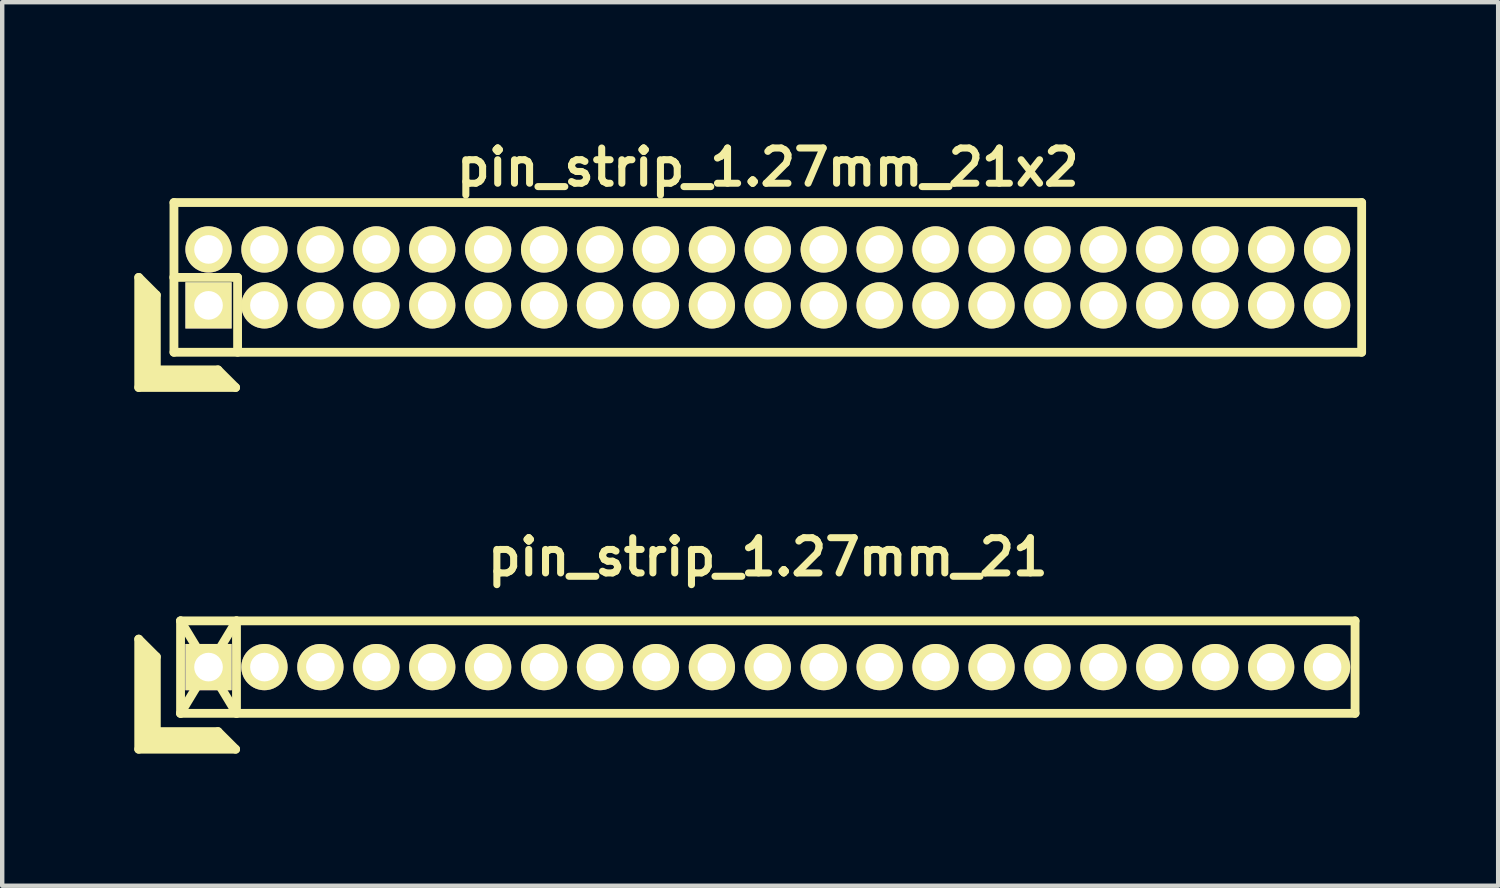
<source format=kicad_pcb>
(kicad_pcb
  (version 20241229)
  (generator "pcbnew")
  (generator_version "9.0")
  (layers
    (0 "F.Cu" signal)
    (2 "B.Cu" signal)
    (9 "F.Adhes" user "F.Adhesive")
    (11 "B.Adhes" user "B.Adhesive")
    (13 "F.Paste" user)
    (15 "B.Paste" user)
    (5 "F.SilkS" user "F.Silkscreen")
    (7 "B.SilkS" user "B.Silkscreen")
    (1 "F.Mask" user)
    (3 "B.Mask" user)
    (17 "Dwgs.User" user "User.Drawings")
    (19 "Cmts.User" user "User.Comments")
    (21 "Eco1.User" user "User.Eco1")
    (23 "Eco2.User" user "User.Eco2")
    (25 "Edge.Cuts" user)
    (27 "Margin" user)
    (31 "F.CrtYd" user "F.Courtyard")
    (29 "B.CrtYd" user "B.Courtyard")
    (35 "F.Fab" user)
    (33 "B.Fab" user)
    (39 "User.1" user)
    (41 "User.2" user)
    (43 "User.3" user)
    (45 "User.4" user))
  (footprint "pin_strip_1.27mm_21"
    (layer "F.Cu")
    (at 14.385 12.098)
    (property "Reference" "pin_strip_1.27mm_21" (at 0 -2.5 0) (layer "F.SilkS") (effects (font (size 0.8 0.8) (thickness 0.16))))
    (attr through_hole)
    (fp_line (start -14.285 -0.635) (end -14.285 1.865) (stroke (width 0.2) (type solid)) (layer "F.SilkS"))
    (fp_line (start -14.285 -0.635) (end -13.885 -0.235) (stroke (width 0.2) (type solid)) (layer "F.SilkS"))
    (fp_line (start -14.285 1.865) (end -12.085 1.865) (stroke (width 0.2) (type solid)) (layer "F.SilkS"))
    (fp_line (start -14.185 1.765) (end -14.185 -0.435) (stroke (width 0.2) (type solid)) (layer "F.SilkS"))
    (fp_line (start -14.185 1.765) (end -12.285 1.765) (stroke (width 0.2) (type solid)) (layer "F.SilkS"))
    (fp_line (start -14.085 1.665) (end -14.085 -0.335) (stroke (width 0.2) (type solid)) (layer "F.SilkS"))
    (fp_line (start -14.085 1.665) (end -12.385 1.665) (stroke (width 0.2) (type solid)) (layer "F.SilkS"))
    (fp_line (start -13.985 1.565) (end -13.985 -0.235) (stroke (width 0.2) (type solid)) (layer "F.SilkS"))
    (fp_line (start -13.985 1.565) (end -12.485 1.565) (stroke (width 0.2) (type solid)) (layer "F.SilkS"))
    (fp_line (start -13.885 1.465) (end -13.885 -0.235) (stroke (width 0.2) (type solid)) (layer "F.SilkS"))
    (fp_line (start -13.885 1.465) (end -12.485 1.465) (stroke (width 0.2) (type solid)) (layer "F.SilkS"))
    (fp_line (start -13.335 -1.05) (end -12.065 1.05) (stroke (width 0.2) (type solid)) (layer "F.SilkS"))
    (fp_line (start -13.335 -1.05) (end 13.335 -1.05) (stroke (width 0.2) (type solid)) (layer "F.SilkS"))
    (fp_line (start -13.335 1.05) (end -13.335 -1.05) (stroke (width 0.2) (type solid)) (layer "F.SilkS"))
    (fp_line (start -13.335 1.05) (end -12.065 -1.05) (stroke (width 0.2) (type solid)) (layer "F.SilkS"))
    (fp_line (start -12.485 1.465) (end -12.085 1.865) (stroke (width 0.2) (type solid)) (layer "F.SilkS"))
    (fp_line (start -12.065 -1.05) (end -12.065 1.05) (stroke (width 0.2) (type solid)) (layer "F.SilkS"))
    (fp_line (start 13.335 -1.05) (end 13.335 1.05) (stroke (width 0.2) (type solid)) (layer "F.SilkS"))
    (fp_line (start 13.335 1.05) (end -13.335 1.05) (stroke (width 0.2) (type solid)) (layer "F.SilkS"))
    (pad "1" thru_hole rect (at -12.7 0) (size 1.05 1.05) (drill 0.65) (layers "*.Cu" "*.Mask" "F.SilkS"))
    (pad "2" thru_hole oval (at -11.43 0) (size 1.05 1.05) (drill 0.65) (layers "*.Cu" "*.Mask" "F.SilkS"))
    (pad "3" thru_hole oval (at -10.16 0) (size 1.05 1.05) (drill 0.65) (layers "*.Cu" "*.Mask" "F.SilkS"))
    (pad "4" thru_hole oval (at -8.89 0) (size 1.05 1.05) (drill 0.65) (layers "*.Cu" "*.Mask" "F.SilkS"))
    (pad "5" thru_hole oval (at -7.62 0) (size 1.05 1.05) (drill 0.65) (layers "*.Cu" "*.Mask" "F.SilkS"))
    (pad "6" thru_hole oval (at -6.35 0) (size 1.05 1.05) (drill 0.65) (layers "*.Cu" "*.Mask" "F.SilkS"))
    (pad "7" thru_hole oval (at -5.08 0) (size 1.05 1.05) (drill 0.65) (layers "*.Cu" "*.Mask" "F.SilkS"))
    (pad "8" thru_hole oval (at -3.81 0) (size 1.05 1.05) (drill 0.65) (layers "*.Cu" "*.Mask" "F.SilkS"))
    (pad "9" thru_hole oval (at -2.54 0) (size 1.05 1.05) (drill 0.65) (layers "*.Cu" "*.Mask" "F.SilkS"))
    (pad "10" thru_hole oval (at -1.27 0) (size 1.05 1.05) (drill 0.65) (layers "*.Cu" "*.Mask" "F.SilkS"))
    (pad "11" thru_hole oval (at 0 0) (size 1.05 1.05) (drill 0.65) (layers "*.Cu" "*.Mask" "F.SilkS"))
    (pad "12" thru_hole oval (at 1.27 0) (size 1.05 1.05) (drill 0.65) (layers "*.Cu" "*.Mask" "F.SilkS"))
    (pad "13" thru_hole oval (at 2.54 0) (size 1.05 1.05) (drill 0.65) (layers "*.Cu" "*.Mask" "F.SilkS"))
    (pad "14" thru_hole oval (at 3.81 0) (size 1.05 1.05) (drill 0.65) (layers "*.Cu" "*.Mask" "F.SilkS"))
    (pad "15" thru_hole oval (at 5.08 0) (size 1.05 1.05) (drill 0.65) (layers "*.Cu" "*.Mask" "F.SilkS"))
    (pad "16" thru_hole oval (at 6.35 0) (size 1.05 1.05) (drill 0.65) (layers "*.Cu" "*.Mask" "F.SilkS"))
    (pad "17" thru_hole oval (at 7.62 0) (size 1.05 1.05) (drill 0.65) (layers "*.Cu" "*.Mask" "F.SilkS"))
    (pad "18" thru_hole oval (at 8.89 0) (size 1.05 1.05) (drill 0.65) (layers "*.Cu" "*.Mask" "F.SilkS"))
    (pad "19" thru_hole oval (at 10.16 0) (size 1.05 1.05) (drill 0.65) (layers "*.Cu" "*.Mask" "F.SilkS"))
    (pad "20" thru_hole oval (at 11.43 0) (size 1.05 1.05) (drill 0.65) (layers "*.Cu" "*.Mask" "F.SilkS"))
    (pad "21" thru_hole oval (at 12.7 0) (size 1.05 1.05) (drill 0.65) (layers "*.Cu" "*.Mask" "F.SilkS")))
  (footprint "pin_strip_1.27mm_21x2"
    (layer "F.Cu")
    (at 14.385 3.249)
    (property "Reference" "pin_strip_1.27mm_21x2" (at 0 -2.5 0) (layer "F.SilkS") (effects (font (size 0.8 0.8) (thickness 0.16))))
    (attr through_hole)
    (fp_line (start -14.285 0) (end -14.285 2.5) (stroke (width 0.2) (type solid)) (layer "F.SilkS"))
    (fp_line (start -14.285 0) (end -13.885 0.4) (stroke (width 0.2) (type solid)) (layer "F.SilkS"))
    (fp_line (start -14.285 2.5) (end -12.085 2.5) (stroke (width 0.2) (type solid)) (layer "F.SilkS"))
    (fp_line (start -14.185 2.4) (end -14.185 0.2) (stroke (width 0.2) (type solid)) (layer "F.SilkS"))
    (fp_line (start -14.185 2.4) (end -12.285 2.4) (stroke (width 0.2) (type solid)) (layer "F.SilkS"))
    (fp_line (start -14.085 2.3) (end -14.085 0.3) (stroke (width 0.2) (type solid)) (layer "F.SilkS"))
    (fp_line (start -14.085 2.3) (end -12.385 2.3) (stroke (width 0.2) (type solid)) (layer "F.SilkS"))
    (fp_line (start -13.985 2.2) (end -13.985 0.4) (stroke (width 0.2) (type solid)) (layer "F.SilkS"))
    (fp_line (start -13.985 2.2) (end -12.485 2.2) (stroke (width 0.2) (type solid)) (layer "F.SilkS"))
    (fp_line (start -13.885 2.1) (end -13.885 0.4) (stroke (width 0.2) (type solid)) (layer "F.SilkS"))
    (fp_line (start -13.885 2.1) (end -12.485 2.1) (stroke (width 0.2) (type solid)) (layer "F.SilkS"))
    (fp_line (start -13.49 0) (end -12.04 0) (stroke (width 0.2) (type solid)) (layer "F.SilkS"))
    (fp_line (start -13.485 -1.7) (end 13.485 -1.7) (stroke (width 0.2) (type solid)) (layer "F.SilkS"))
    (fp_line (start -13.485 1.7) (end -13.485 -1.7) (stroke (width 0.2) (type solid)) (layer "F.SilkS"))
    (fp_line (start -12.485 2.1) (end -12.085 2.5) (stroke (width 0.2) (type solid)) (layer "F.SilkS"))
    (fp_line (start -12.04 0) (end -12.04 1.7) (stroke (width 0.2) (type solid)) (layer "F.SilkS"))
    (fp_line (start 13.485 -1.7) (end 13.485 1.7) (stroke (width 0.2) (type solid)) (layer "F.SilkS"))
    (fp_line (start 13.485 1.7) (end -13.485 1.7) (stroke (width 0.2) (type solid)) (layer "F.SilkS"))
    (pad "1" thru_hole rect (at -12.7 0.635) (size 1.05 1.05) (drill 0.65) (layers "*.Cu" "*.Mask" "F.SilkS"))
    (pad "2" thru_hole oval (at -12.7 -0.635) (size 1.05 1.05) (drill 0.65) (layers "*.Cu" "*.Mask" "F.SilkS"))
    (pad "3" thru_hole oval (at -11.43 0.635) (size 1.05 1.05) (drill 0.65) (layers "*.Cu" "*.Mask" "F.SilkS"))
    (pad "4" thru_hole oval (at -11.43 -0.635) (size 1.05 1.05) (drill 0.65) (layers "*.Cu" "*.Mask" "F.SilkS"))
    (pad "5" thru_hole oval (at -10.16 0.635) (size 1.05 1.05) (drill 0.65) (layers "*.Cu" "*.Mask" "F.SilkS"))
    (pad "6" thru_hole oval (at -10.16 -0.635) (size 1.05 1.05) (drill 0.65) (layers "*.Cu" "*.Mask" "F.SilkS"))
    (pad "7" thru_hole oval (at -8.89 0.635) (size 1.05 1.05) (drill 0.65) (layers "*.Cu" "*.Mask" "F.SilkS"))
    (pad "8" thru_hole oval (at -8.89 -0.635) (size 1.05 1.05) (drill 0.65) (layers "*.Cu" "*.Mask" "F.SilkS"))
    (pad "9" thru_hole oval (at -7.62 0.635) (size 1.05 1.05) (drill 0.65) (layers "*.Cu" "*.Mask" "F.SilkS"))
    (pad "10" thru_hole oval (at -7.62 -0.635) (size 1.05 1.05) (drill 0.65) (layers "*.Cu" "*.Mask" "F.SilkS"))
    (pad "11" thru_hole oval (at -6.35 0.635) (size 1.05 1.05) (drill 0.65) (layers "*.Cu" "*.Mask" "F.SilkS"))
    (pad "12" thru_hole oval (at -6.35 -0.635) (size 1.05 1.05) (drill 0.65) (layers "*.Cu" "*.Mask" "F.SilkS"))
    (pad "13" thru_hole oval (at -5.08 0.635) (size 1.05 1.05) (drill 0.65) (layers "*.Cu" "*.Mask" "F.SilkS"))
    (pad "14" thru_hole oval (at -5.08 -0.635) (size 1.05 1.05) (drill 0.65) (layers "*.Cu" "*.Mask" "F.SilkS"))
    (pad "15" thru_hole oval (at -3.81 0.635) (size 1.05 1.05) (drill 0.65) (layers "*.Cu" "*.Mask" "F.SilkS"))
    (pad "16" thru_hole oval (at -3.81 -0.635) (size 1.05 1.05) (drill 0.65) (layers "*.Cu" "*.Mask" "F.SilkS"))
    (pad "17" thru_hole oval (at -2.54 0.635) (size 1.05 1.05) (drill 0.65) (layers "*.Cu" "*.Mask" "F.SilkS"))
    (pad "18" thru_hole oval (at -2.54 -0.635) (size 1.05 1.05) (drill 0.65) (layers "*.Cu" "*.Mask" "F.SilkS"))
    (pad "19" thru_hole oval (at -1.27 0.635) (size 1.05 1.05) (drill 0.65) (layers "*.Cu" "*.Mask" "F.SilkS"))
    (pad "20" thru_hole oval (at -1.27 -0.635) (size 1.05 1.05) (drill 0.65) (layers "*.Cu" "*.Mask" "F.SilkS"))
    (pad "21" thru_hole oval (at 0 0.635) (size 1.05 1.05) (drill 0.65) (layers "*.Cu" "*.Mask" "F.SilkS"))
    (pad "22" thru_hole oval (at 0 -0.635) (size 1.05 1.05) (drill 0.65) (layers "*.Cu" "*.Mask" "F.SilkS"))
    (pad "23" thru_hole oval (at 1.27 0.635) (size 1.05 1.05) (drill 0.65) (layers "*.Cu" "*.Mask" "F.SilkS"))
    (pad "24" thru_hole oval (at 1.27 -0.635) (size 1.05 1.05) (drill 0.65) (layers "*.Cu" "*.Mask" "F.SilkS"))
    (pad "25" thru_hole oval (at 2.54 0.635) (size 1.05 1.05) (drill 0.65) (layers "*.Cu" "*.Mask" "F.SilkS"))
    (pad "26" thru_hole oval (at 2.54 -0.635) (size 1.05 1.05) (drill 0.65) (layers "*.Cu" "*.Mask" "F.SilkS"))
    (pad "27" thru_hole oval (at 3.81 0.635) (size 1.05 1.05) (drill 0.65) (layers "*.Cu" "*.Mask" "F.SilkS"))
    (pad "28" thru_hole oval (at 3.81 -0.635) (size 1.05 1.05) (drill 0.65) (layers "*.Cu" "*.Mask" "F.SilkS"))
    (pad "29" thru_hole oval (at 5.08 0.635) (size 1.05 1.05) (drill 0.65) (layers "*.Cu" "*.Mask" "F.SilkS"))
    (pad "30" thru_hole oval (at 5.08 -0.635) (size 1.05 1.05) (drill 0.65) (layers "*.Cu" "*.Mask" "F.SilkS"))
    (pad "31" thru_hole oval (at 6.35 0.635) (size 1.05 1.05) (drill 0.65) (layers "*.Cu" "*.Mask" "F.SilkS"))
    (pad "32" thru_hole oval (at 6.35 -0.635) (size 1.05 1.05) (drill 0.65) (layers "*.Cu" "*.Mask" "F.SilkS"))
    (pad "33" thru_hole oval (at 7.62 0.635) (size 1.05 1.05) (drill 0.65) (layers "*.Cu" "*.Mask" "F.SilkS"))
    (pad "34" thru_hole oval (at 7.62 -0.635) (size 1.05 1.05) (drill 0.65) (layers "*.Cu" "*.Mask" "F.SilkS"))
    (pad "35" thru_hole oval (at 8.89 0.635) (size 1.05 1.05) (drill 0.65) (layers "*.Cu" "*.Mask" "F.SilkS"))
    (pad "36" thru_hole oval (at 8.89 -0.635) (size 1.05 1.05) (drill 0.65) (layers "*.Cu" "*.Mask" "F.SilkS"))
    (pad "37" thru_hole oval (at 10.16 0.635) (size 1.05 1.05) (drill 0.65) (layers "*.Cu" "*.Mask" "F.SilkS"))
    (pad "38" thru_hole oval (at 10.16 -0.635) (size 1.05 1.05) (drill 0.65) (layers "*.Cu" "*.Mask" "F.SilkS"))
    (pad "39" thru_hole oval (at 11.43 0.635) (size 1.05 1.05) (drill 0.65) (layers "*.Cu" "*.Mask" "F.SilkS"))
    (pad "40" thru_hole oval (at 11.43 -0.635) (size 1.05 1.05) (drill 0.65) (layers "*.Cu" "*.Mask" "F.SilkS"))
    (pad "41" thru_hole oval (at 12.7 0.635) (size 1.05 1.05) (drill 0.65) (layers "*.Cu" "*.Mask" "F.SilkS"))
    (pad "42" thru_hole oval (at 12.7 -0.635) (size 1.05 1.05) (drill 0.65) (layers "*.Cu" "*.Mask" "F.SilkS")))
  (gr_rect
    (start -3 -3)
    (end 30.97 17.063)
    (stroke (width 0.1) (type default))
    (fill no)
    (layer "Edge.Cuts")))
</source>
